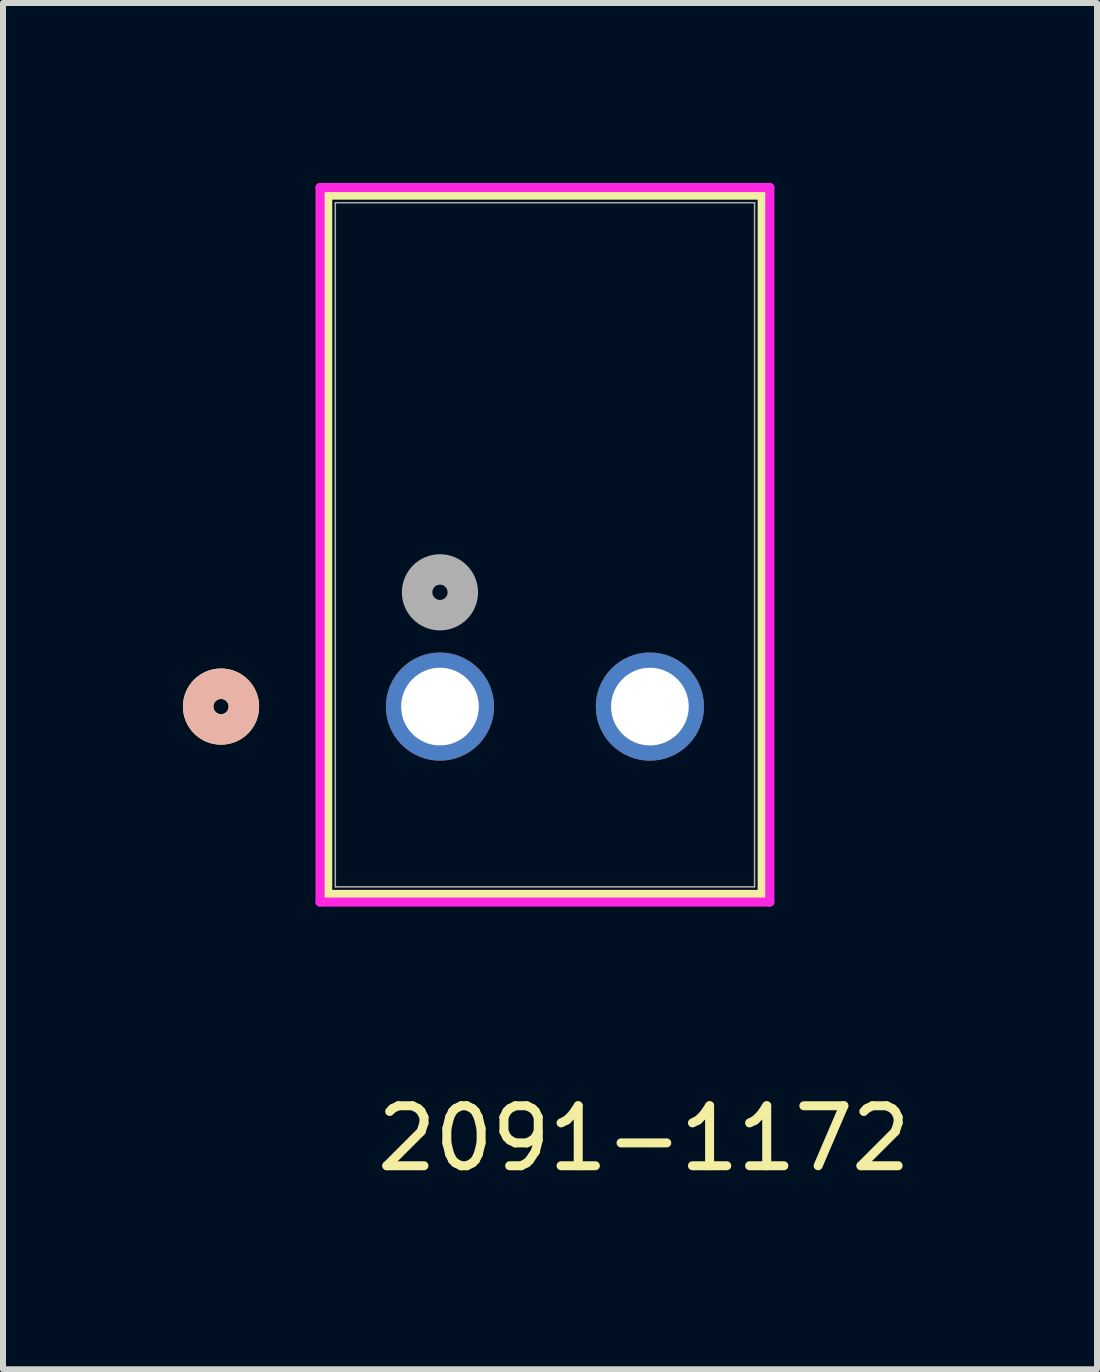
<source format=kicad_pcb>
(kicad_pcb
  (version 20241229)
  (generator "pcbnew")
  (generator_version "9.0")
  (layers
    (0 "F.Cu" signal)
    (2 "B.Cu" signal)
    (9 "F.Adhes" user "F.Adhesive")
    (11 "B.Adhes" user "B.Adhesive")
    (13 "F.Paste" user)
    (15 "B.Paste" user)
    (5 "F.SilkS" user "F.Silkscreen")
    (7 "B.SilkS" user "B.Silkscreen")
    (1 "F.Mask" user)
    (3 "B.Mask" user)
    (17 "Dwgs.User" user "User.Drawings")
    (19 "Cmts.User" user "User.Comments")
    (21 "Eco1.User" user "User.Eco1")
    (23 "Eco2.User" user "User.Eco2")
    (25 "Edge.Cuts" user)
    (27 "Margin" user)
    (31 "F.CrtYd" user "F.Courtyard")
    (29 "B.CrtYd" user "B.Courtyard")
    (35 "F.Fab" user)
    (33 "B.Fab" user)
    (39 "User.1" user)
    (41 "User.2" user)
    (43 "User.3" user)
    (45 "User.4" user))
  (footprint "2091-1172"
    (layer "F.Cu")
    (at 4.285 8.73)
    (property "Reference" "2091-1172" (at 3.4 7.2 0) (unlocked yes) (layer "F.SilkS") (effects (font (size 1 1) (thickness 0.15))))
    (attr through_hole)
    (fp_line (start -1.872 -8.527) (end -1.872 3.132) (stroke (width 0.152) (type solid)) (layer "F.SilkS"))
    (fp_line (start -1.872 3.132) (end 5.372 3.132) (stroke (width 0.152) (type solid)) (layer "F.SilkS"))
    (fp_line (start 5.372 -8.527) (end -1.872 -8.527) (stroke (width 0.152) (type solid)) (layer "F.SilkS"))
    (fp_line (start 5.372 3.132) (end 5.372 -8.527) (stroke (width 0.152) (type solid)) (layer "F.SilkS"))
    (fp_circle (center -3.65 0) (end -3.269 0) (stroke (width 0.508) (type solid)) (fill no) (layer "F.SilkS"))
    (fp_circle (center -3.65 0) (end -3.269 0) (stroke (width 0.508) (type solid)) (fill no) (layer "B.SilkS"))
    (fp_line (start -1.999 -8.654) (end -1.999 3.259) (stroke (width 0.152) (type solid)) (layer "F.CrtYd"))
    (fp_line (start -1.999 3.259) (end 5.499 3.259) (stroke (width 0.152) (type solid)) (layer "F.CrtYd"))
    (fp_line (start 5.499 -8.654) (end -1.999 -8.654) (stroke (width 0.152) (type solid)) (layer "F.CrtYd"))
    (fp_line (start 5.499 3.259) (end 5.499 -8.654) (stroke (width 0.152) (type solid)) (layer "F.CrtYd"))
    (fp_line (start -1.745 -8.4) (end -1.745 3.005) (stroke (width 0.025) (type solid)) (layer "F.Fab"))
    (fp_line (start -1.745 3.005) (end 5.245 3.005) (stroke (width 0.025) (type solid)) (layer "F.Fab"))
    (fp_line (start 5.245 -8.4) (end -1.745 -8.4) (stroke (width 0.025) (type solid)) (layer "F.Fab"))
    (fp_line (start 5.245 3.005) (end 5.245 -8.4) (stroke (width 0.025) (type solid)) (layer "F.Fab"))
    (fp_circle (center 0 -1.905) (end 0.381 -1.905) (stroke (width 0.508) (type solid)) (fill no) (layer "F.Fab"))
    (pad "1" thru_hole circle (at 0 0) (size 1.803 1.803) (drill 1.295) (layers "*.Cu" "*.Mask"))
    (pad "2" thru_hole circle (at 3.5 0) (size 1.803 1.803) (drill 1.295) (layers "*.Cu" "*.Mask")))
  (gr_rect
    (start -3 -3)
    (end 15.239 19.778)
    (stroke (width 0.1) (type default))
    (fill no)
    (layer "Edge.Cuts")))
</source>
